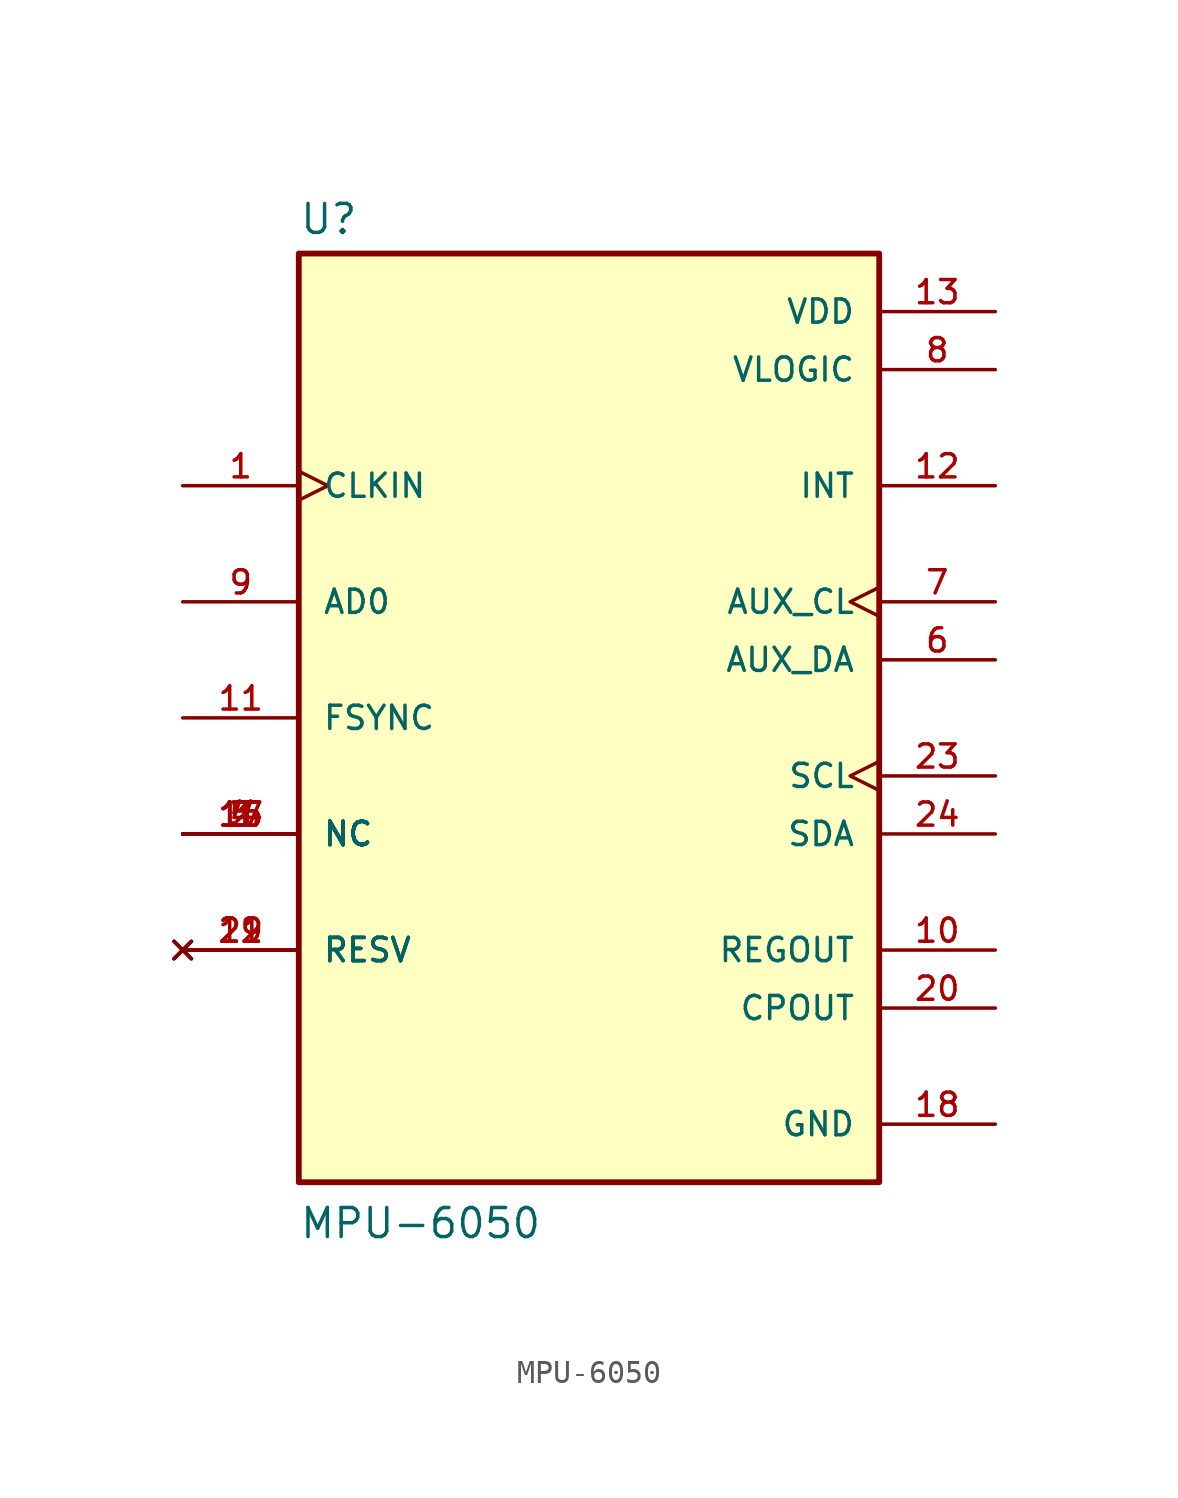
<source format=kicad_sym>
(kicad_symbol_lib
  (version 20211014)
  (generator kicad_symbol_editor)
  (symbol "MPU-6050"
    (pin_names
      (offset 1.016))
    (property "Reference" "U"
      (at -12.7 21.082 0)
      (effects (font (size 1.27 1.27)) (justify bottom left)))
    (property "Value" "MPU-6050"
      (at -12.7 -22.86 0)
      (effects (font (size 1.27 1.27)) (justify bottom left)))
    (symbol "MPU-6050_0_0"
      (rectangle (start -12.7 -20.32) (end 12.7 20.32) (stroke (width 0.254)) (fill (type background)))
      (pin input clock (at -17.78 10.16 0) (length 5.08) (name "CLKIN" (effects (font (size 1.016 1.016)))) (number "1" (effects (font (size 1.016 1.016)))))
      (pin passive line (at -17.78 -5.08 0) (length 5.08) (name "NC" (effects (font (size 1.016 1.016)))) (number "2" (effects (font (size 1.016 1.016)))))
      (pin passive line (at -17.78 -5.08 0) (length 5.08) (name "NC" (effects (font (size 1.016 1.016)))) (number "3" (effects (font (size 1.016 1.016)))))
      (pin passive line (at -17.78 -5.08 0) (length 5.08) (name "NC" (effects (font (size 1.016 1.016)))) (number "4" (effects (font (size 1.016 1.016)))))
      (pin passive line (at -17.78 -5.08 0) (length 5.08) (name "NC" (effects (font (size 1.016 1.016)))) (number "5" (effects (font (size 1.016 1.016)))))
      (pin passive line (at -17.78 -5.08 0) (length 5.08) (name "NC" (effects (font (size 1.016 1.016)))) (number "14" (effects (font (size 1.016 1.016)))))
      (pin passive line (at -17.78 -5.08 0) (length 5.08) (name "NC" (effects (font (size 1.016 1.016)))) (number "15" (effects (font (size 1.016 1.016)))))
      (pin passive line (at -17.78 -5.08 0) (length 5.08) (name "NC" (effects (font (size 1.016 1.016)))) (number "16" (effects (font (size 1.016 1.016)))))
      (pin passive line (at -17.78 -5.08 0) (length 5.08) (name "NC" (effects (font (size 1.016 1.016)))) (number "17" (effects (font (size 1.016 1.016)))))
      (pin bidirectional line (at 17.78 2.54 180.0) (length 5.08) (name "AUX_DA" (effects (font (size 1.016 1.016)))) (number "6" (effects (font (size 1.016 1.016)))))
      (pin output clock (at 17.78 5.08 180.0) (length 5.08) (name "AUX_CL" (effects (font (size 1.016 1.016)))) (number "7" (effects (font (size 1.016 1.016)))))
      (pin power_in line (at 17.78 15.24 180.0) (length 5.08) (name "VLOGIC" (effects (font (size 1.016 1.016)))) (number "8" (effects (font (size 1.016 1.016)))))
      (pin input line (at -17.78 5.08 0) (length 5.08) (name "AD0" (effects (font (size 1.016 1.016)))) (number "9" (effects (font (size 1.016 1.016)))))
      (pin passive line (at 17.78 -10.16 180.0) (length 5.08) (name "REGOUT" (effects (font (size 1.016 1.016)))) (number "10" (effects (font (size 1.016 1.016)))))
      (pin input line (at -17.78 0.0 0) (length 5.08) (name "FSYNC" (effects (font (size 1.016 1.016)))) (number "11" (effects (font (size 1.016 1.016)))))
      (pin output line (at 17.78 10.16 180.0) (length 5.08) (name "INT" (effects (font (size 1.016 1.016)))) (number "12" (effects (font (size 1.016 1.016)))))
      (pin power_in line (at 17.78 17.78 180.0) (length 5.08) (name "VDD" (effects (font (size 1.016 1.016)))) (number "13" (effects (font (size 1.016 1.016)))))
      (pin power_in line (at 17.78 -17.78 180.0) (length 5.08) (name "GND" (effects (font (size 1.016 1.016)))) (number "18" (effects (font (size 1.016 1.016)))))
      (pin no_connect line (at -17.78 -10.16 0) (length 5.08) (name "RESV" (effects (font (size 1.016 1.016)))) (number "19" (effects (font (size 1.016 1.016)))))
      (pin no_connect line (at -17.78 -10.16 0) (length 5.08) (name "RESV" (effects (font (size 1.016 1.016)))) (number "21" (effects (font (size 1.016 1.016)))))
      (pin no_connect line (at -17.78 -10.16 0) (length 5.08) (name "RESV" (effects (font (size 1.016 1.016)))) (number "22" (effects (font (size 1.016 1.016)))))
      (pin passive line (at 17.78 -12.7 180.0) (length 5.08) (name "CPOUT" (effects (font (size 1.016 1.016)))) (number "20" (effects (font (size 1.016 1.016)))))
      (pin input clock (at 17.78 -2.54 180.0) (length 5.08) (name "SCL" (effects (font (size 1.016 1.016)))) (number "23" (effects (font (size 1.016 1.016)))))
      (pin bidirectional line (at 17.78 -5.08 180.0) (length 5.08) (name "SDA" (effects (font (size 1.016 1.016)))) (number "24" (effects (font (size 1.016 1.016))))))))
</source>
